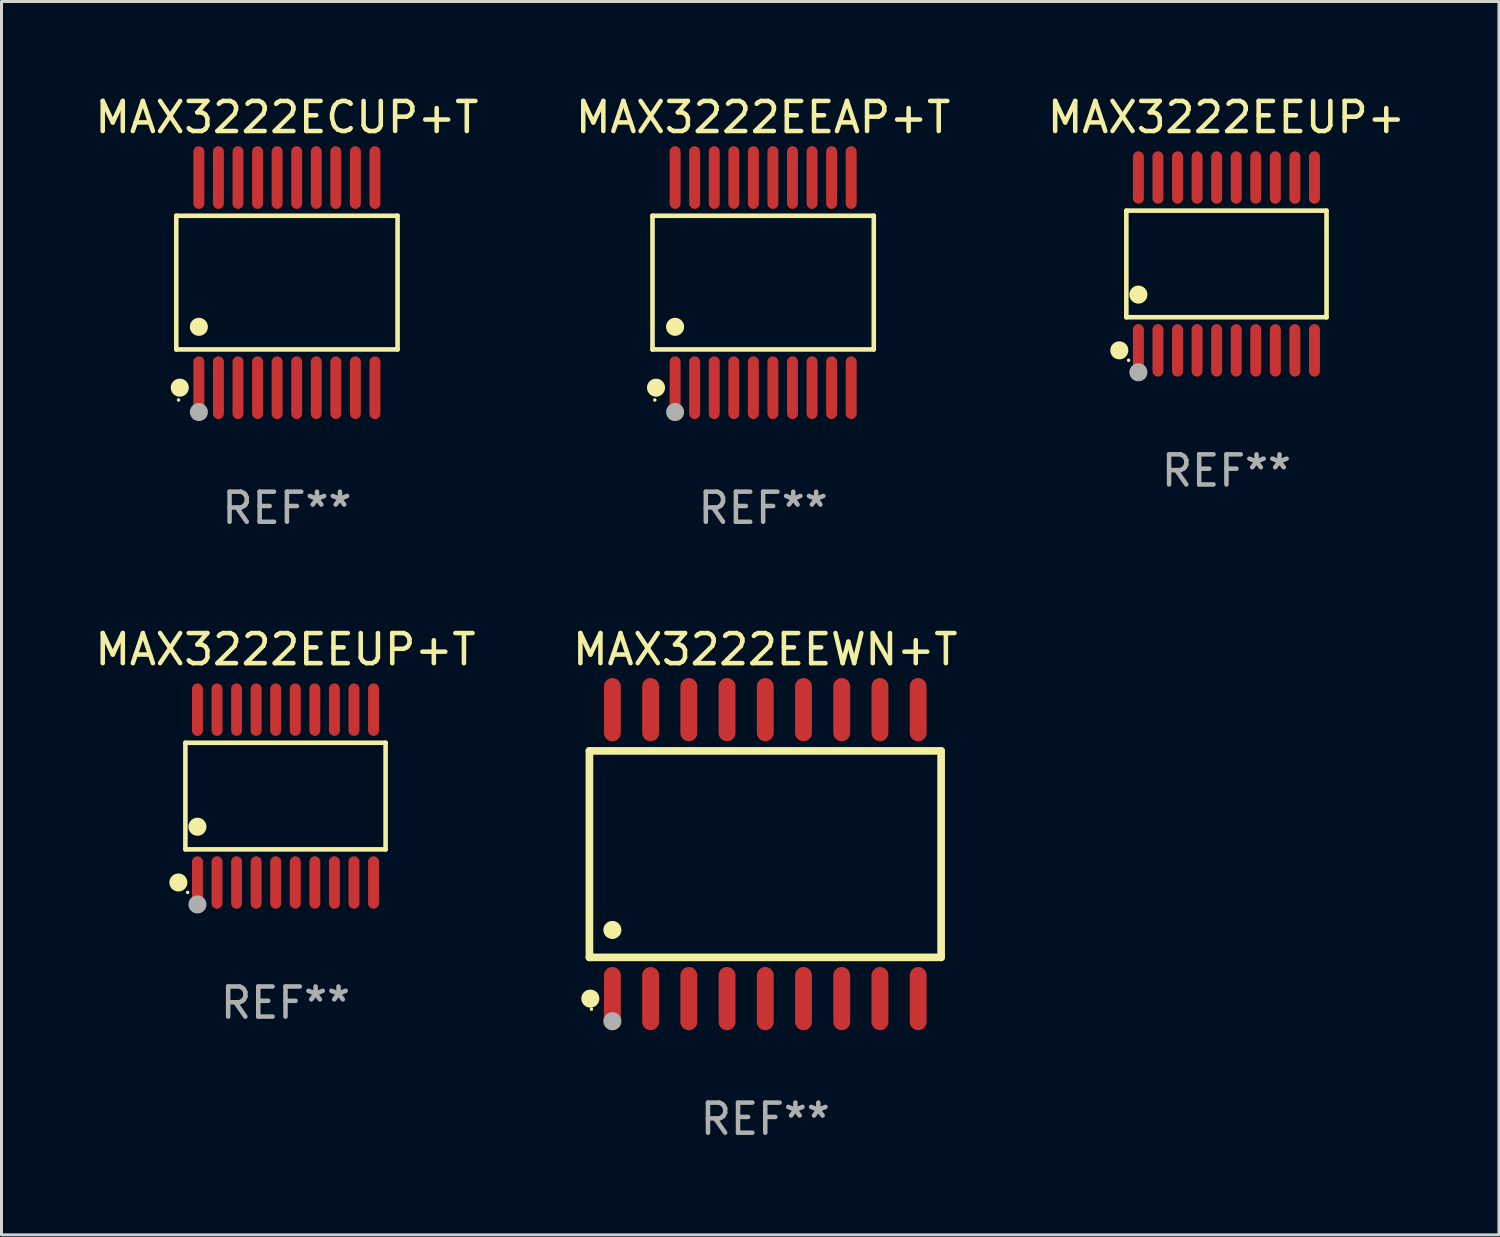
<source format=kicad_pcb>
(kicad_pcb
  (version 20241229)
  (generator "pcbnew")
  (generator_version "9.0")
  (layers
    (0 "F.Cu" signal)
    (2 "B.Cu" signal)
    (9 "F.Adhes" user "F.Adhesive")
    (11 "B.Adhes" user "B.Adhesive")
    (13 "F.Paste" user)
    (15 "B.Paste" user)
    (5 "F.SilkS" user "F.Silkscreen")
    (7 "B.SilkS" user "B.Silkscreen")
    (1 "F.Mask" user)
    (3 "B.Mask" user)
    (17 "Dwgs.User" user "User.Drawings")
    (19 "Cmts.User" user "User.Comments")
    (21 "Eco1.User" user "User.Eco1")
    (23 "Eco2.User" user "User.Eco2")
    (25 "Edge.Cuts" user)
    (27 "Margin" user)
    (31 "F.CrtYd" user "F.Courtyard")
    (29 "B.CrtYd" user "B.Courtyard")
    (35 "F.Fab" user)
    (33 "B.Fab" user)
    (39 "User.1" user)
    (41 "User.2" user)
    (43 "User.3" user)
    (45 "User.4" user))
  (footprint "MAX3222EEUP+"
    (layer "F.Cu")
    (at 37.696 5.719)
    (property "Reference" "MAX3222EEUP+" (at 0 -4.871 0) (layer "F.SilkS") (effects (font (size 1 1) (thickness 0.15))))
    (attr through_hole)
    (fp_line (start -3.326 -1.771) (end 3.326 -1.771) (stroke (width 0.152) (type solid)) (layer "F.SilkS"))
    (fp_line (start -3.326 1.771) (end -3.326 -1.771) (stroke (width 0.152) (type solid)) (layer "F.SilkS"))
    (fp_line (start 3.326 -1.771) (end 3.326 1.771) (stroke (width 0.152) (type solid)) (layer "F.SilkS"))
    (fp_line (start 3.326 1.771) (end -3.326 1.771) (stroke (width 0.152) (type solid)) (layer "F.SilkS"))
    (fp_circle (center -3.559 2.871) (end -3.409 2.871) (stroke (width 0.3) (type solid)) (fill no) (layer "F.SilkS"))
    (fp_circle (center -3.25 3.2) (end -3.22 3.2) (stroke (width 0.06) (type solid)) (fill no) (layer "F.SilkS"))
    (fp_circle (center -2.925 1.019) (end -2.775 1.019) (stroke (width 0.3) (type solid)) (fill no) (layer "F.SilkS"))
    (fp_circle (center -2.925 3.6) (end -2.775 3.6) (stroke (width 0.3) (type solid)) (fill no) (layer "F.Fab"))
    (fp_text user "REF**" (at 0 6.871 0) (layer "F.Fab") (effects (font (size 1 1) (thickness 0.15))))
    (pad "1" smd oval (at -2.925 2.871) (size 0.364 1.742) (layers "F.Cu" "F.Mask" "F.Paste"))
    (pad "2" smd oval (at -2.275 2.871) (size 0.364 1.742) (layers "F.Cu" "F.Mask" "F.Paste"))
    (pad "3" smd oval (at -1.625 2.871) (size 0.364 1.742) (layers "F.Cu" "F.Mask" "F.Paste"))
    (pad "4" smd oval (at -0.975 2.871) (size 0.364 1.742) (layers "F.Cu" "F.Mask" "F.Paste"))
    (pad "5" smd oval (at -0.325 2.871) (size 0.364 1.742) (layers "F.Cu" "F.Mask" "F.Paste"))
    (pad "6" smd oval (at 0.325 2.871) (size 0.364 1.742) (layers "F.Cu" "F.Mask" "F.Paste"))
    (pad "7" smd oval (at 0.975 2.871) (size 0.364 1.742) (layers "F.Cu" "F.Mask" "F.Paste"))
    (pad "8" smd oval (at 1.625 2.871) (size 0.364 1.742) (layers "F.Cu" "F.Mask" "F.Paste"))
    (pad "9" smd oval (at 2.275 2.871) (size 0.364 1.742) (layers "F.Cu" "F.Mask" "F.Paste"))
    (pad "10" smd oval (at 2.925 2.871) (size 0.364 1.742) (layers "F.Cu" "F.Mask" "F.Paste"))
    (pad "11" smd oval (at 2.925 -2.871) (size 0.364 1.742) (layers "F.Cu" "F.Mask" "F.Paste"))
    (pad "12" smd oval (at 2.275 -2.871) (size 0.364 1.742) (layers "F.Cu" "F.Mask" "F.Paste"))
    (pad "13" smd oval (at 1.625 -2.871) (size 0.364 1.742) (layers "F.Cu" "F.Mask" "F.Paste"))
    (pad "14" smd oval (at 0.975 -2.871) (size 0.364 1.742) (layers "F.Cu" "F.Mask" "F.Paste"))
    (pad "15" smd oval (at 0.325 -2.871) (size 0.364 1.742) (layers "F.Cu" "F.Mask" "F.Paste"))
    (pad "16" smd oval (at -0.325 -2.871) (size 0.364 1.742) (layers "F.Cu" "F.Mask" "F.Paste"))
    (pad "17" smd oval (at -0.975 -2.871) (size 0.364 1.742) (layers "F.Cu" "F.Mask" "F.Paste"))
    (pad "18" smd oval (at -1.625 -2.871) (size 0.364 1.742) (layers "F.Cu" "F.Mask" "F.Paste"))
    (pad "19" smd oval (at -2.275 -2.871) (size 0.364 1.742) (layers "F.Cu" "F.Mask" "F.Paste"))
    (pad "20" smd oval (at -2.925 -2.871) (size 0.364 1.742) (layers "F.Cu" "F.Mask" "F.Paste")))
  (footprint "MAX3222ECUP+T"
    (layer "F.Cu")
    (at 6.482 6.339)
    (property "Reference" "MAX3222ECUP+T" (at 0 -5.491 0) (layer "F.SilkS") (effects (font (size 1 1) (thickness 0.15))))
    (attr through_hole)
    (fp_line (start -3.676 -2.221) (end 3.676 -2.221) (stroke (width 0.152) (type solid)) (layer "F.SilkS"))
    (fp_line (start -3.676 2.221) (end -3.676 -2.221) (stroke (width 0.152) (type solid)) (layer "F.SilkS"))
    (fp_line (start 3.676 -2.221) (end 3.676 2.221) (stroke (width 0.152) (type solid)) (layer "F.SilkS"))
    (fp_line (start 3.676 2.221) (end -3.676 2.221) (stroke (width 0.152) (type solid)) (layer "F.SilkS"))
    (fp_circle (center -3.6 3.9) (end -3.57 3.9) (stroke (width 0.06) (type solid)) (fill no) (layer "F.SilkS"))
    (fp_circle (center -3.559 3.491) (end -3.409 3.491) (stroke (width 0.3) (type solid)) (fill no) (layer "F.SilkS"))
    (fp_circle (center -2.925 1.469) (end -2.775 1.469) (stroke (width 0.3) (type solid)) (fill no) (layer "F.SilkS"))
    (fp_circle (center -2.925 4.3) (end -2.775 4.3) (stroke (width 0.3) (type solid)) (fill no) (layer "F.Fab"))
    (fp_text user "REF**" (at 0 7.491 0) (layer "F.Fab") (effects (font (size 1 1) (thickness 0.15))))
    (pad "1" smd oval (at -2.925 3.491) (size 0.364 2.082) (layers "F.Cu" "F.Mask" "F.Paste"))
    (pad "2" smd oval (at -2.275 3.491) (size 0.364 2.082) (layers "F.Cu" "F.Mask" "F.Paste"))
    (pad "3" smd oval (at -1.625 3.491) (size 0.364 2.082) (layers "F.Cu" "F.Mask" "F.Paste"))
    (pad "4" smd oval (at -0.975 3.491) (size 0.364 2.082) (layers "F.Cu" "F.Mask" "F.Paste"))
    (pad "5" smd oval (at -0.325 3.491) (size 0.364 2.082) (layers "F.Cu" "F.Mask" "F.Paste"))
    (pad "6" smd oval (at 0.325 3.491) (size 0.364 2.082) (layers "F.Cu" "F.Mask" "F.Paste"))
    (pad "7" smd oval (at 0.975 3.491) (size 0.364 2.082) (layers "F.Cu" "F.Mask" "F.Paste"))
    (pad "8" smd oval (at 1.625 3.491) (size 0.364 2.082) (layers "F.Cu" "F.Mask" "F.Paste"))
    (pad "9" smd oval (at 2.275 3.491) (size 0.364 2.082) (layers "F.Cu" "F.Mask" "F.Paste"))
    (pad "10" smd oval (at 2.925 3.491) (size 0.364 2.082) (layers "F.Cu" "F.Mask" "F.Paste"))
    (pad "11" smd oval (at 2.925 -3.491) (size 0.364 2.082) (layers "F.Cu" "F.Mask" "F.Paste"))
    (pad "12" smd oval (at 2.275 -3.491) (size 0.364 2.082) (layers "F.Cu" "F.Mask" "F.Paste"))
    (pad "13" smd oval (at 1.625 -3.491) (size 0.364 2.082) (layers "F.Cu" "F.Mask" "F.Paste"))
    (pad "14" smd oval (at 0.975 -3.491) (size 0.364 2.082) (layers "F.Cu" "F.Mask" "F.Paste"))
    (pad "15" smd oval (at 0.325 -3.491) (size 0.364 2.082) (layers "F.Cu" "F.Mask" "F.Paste"))
    (pad "16" smd oval (at -0.325 -3.491) (size 0.364 2.082) (layers "F.Cu" "F.Mask" "F.Paste"))
    (pad "17" smd oval (at -0.975 -3.491) (size 0.364 2.082) (layers "F.Cu" "F.Mask" "F.Paste"))
    (pad "18" smd oval (at -1.625 -3.491) (size 0.364 2.082) (layers "F.Cu" "F.Mask" "F.Paste"))
    (pad "19" smd oval (at -2.275 -3.491) (size 0.364 2.082) (layers "F.Cu" "F.Mask" "F.Paste"))
    (pad "20" smd oval (at -2.925 -3.491) (size 0.364 2.082) (layers "F.Cu" "F.Mask" "F.Paste")))
  (footprint "MAX3222EEUP+T"
    (layer "F.Cu")
    (at 6.435 23.398)
    (property "Reference" "MAX3222EEUP+T" (at 0 -4.871 0) (layer "F.SilkS") (effects (font (size 1 1) (thickness 0.15))))
    (attr through_hole)
    (fp_line (start -3.326 -1.771) (end 3.326 -1.771) (stroke (width 0.152) (type solid)) (layer "F.SilkS"))
    (fp_line (start -3.326 1.771) (end -3.326 -1.771) (stroke (width 0.152) (type solid)) (layer "F.SilkS"))
    (fp_line (start 3.326 -1.771) (end 3.326 1.771) (stroke (width 0.152) (type solid)) (layer "F.SilkS"))
    (fp_line (start 3.326 1.771) (end -3.326 1.771) (stroke (width 0.152) (type solid)) (layer "F.SilkS"))
    (fp_circle (center -3.559 2.871) (end -3.409 2.871) (stroke (width 0.3) (type solid)) (fill no) (layer "F.SilkS"))
    (fp_circle (center -3.25 3.2) (end -3.22 3.2) (stroke (width 0.06) (type solid)) (fill no) (layer "F.SilkS"))
    (fp_circle (center -2.925 1.019) (end -2.775 1.019) (stroke (width 0.3) (type solid)) (fill no) (layer "F.SilkS"))
    (fp_circle (center -2.925 3.6) (end -2.775 3.6) (stroke (width 0.3) (type solid)) (fill no) (layer "F.Fab"))
    (fp_text user "REF**" (at 0 6.871 0) (layer "F.Fab") (effects (font (size 1 1) (thickness 0.15))))
    (pad "1" smd oval (at -2.925 2.871) (size 0.364 1.742) (layers "F.Cu" "F.Mask" "F.Paste"))
    (pad "2" smd oval (at -2.275 2.871) (size 0.364 1.742) (layers "F.Cu" "F.Mask" "F.Paste"))
    (pad "3" smd oval (at -1.625 2.871) (size 0.364 1.742) (layers "F.Cu" "F.Mask" "F.Paste"))
    (pad "4" smd oval (at -0.975 2.871) (size 0.364 1.742) (layers "F.Cu" "F.Mask" "F.Paste"))
    (pad "5" smd oval (at -0.325 2.871) (size 0.364 1.742) (layers "F.Cu" "F.Mask" "F.Paste"))
    (pad "6" smd oval (at 0.325 2.871) (size 0.364 1.742) (layers "F.Cu" "F.Mask" "F.Paste"))
    (pad "7" smd oval (at 0.975 2.871) (size 0.364 1.742) (layers "F.Cu" "F.Mask" "F.Paste"))
    (pad "8" smd oval (at 1.625 2.871) (size 0.364 1.742) (layers "F.Cu" "F.Mask" "F.Paste"))
    (pad "9" smd oval (at 2.275 2.871) (size 0.364 1.742) (layers "F.Cu" "F.Mask" "F.Paste"))
    (pad "10" smd oval (at 2.925 2.871) (size 0.364 1.742) (layers "F.Cu" "F.Mask" "F.Paste"))
    (pad "11" smd oval (at 2.925 -2.871) (size 0.364 1.742) (layers "F.Cu" "F.Mask" "F.Paste"))
    (pad "12" smd oval (at 2.275 -2.871) (size 0.364 1.742) (layers "F.Cu" "F.Mask" "F.Paste"))
    (pad "13" smd oval (at 1.625 -2.871) (size 0.364 1.742) (layers "F.Cu" "F.Mask" "F.Paste"))
    (pad "14" smd oval (at 0.975 -2.871) (size 0.364 1.742) (layers "F.Cu" "F.Mask" "F.Paste"))
    (pad "15" smd oval (at 0.325 -2.871) (size 0.364 1.742) (layers "F.Cu" "F.Mask" "F.Paste"))
    (pad "16" smd oval (at -0.325 -2.871) (size 0.364 1.742) (layers "F.Cu" "F.Mask" "F.Paste"))
    (pad "17" smd oval (at -0.975 -2.871) (size 0.364 1.742) (layers "F.Cu" "F.Mask" "F.Paste"))
    (pad "18" smd oval (at -1.625 -2.871) (size 0.364 1.742) (layers "F.Cu" "F.Mask" "F.Paste"))
    (pad "19" smd oval (at -2.275 -2.871) (size 0.364 1.742) (layers "F.Cu" "F.Mask" "F.Paste"))
    (pad "20" smd oval (at -2.925 -2.871) (size 0.364 1.742) (layers "F.Cu" "F.Mask" "F.Paste")))
  (footprint "MAX3222EEWN+T"
    (layer "F.Cu")
    (at 22.375 25.327)
    (property "Reference" "MAX3222EEWN+T" (at 0 -6.8 0) (layer "F.SilkS") (effects (font (size 1 1) (thickness 0.15))))
    (attr through_hole)
    (fp_line (start -5.842 -3.429) (end -5.842 3.429) (stroke (width 0.254) (type solid)) (layer "F.SilkS"))
    (fp_line (start -5.842 3.429) (end 5.842 3.429) (stroke (width 0.254) (type solid)) (layer "F.SilkS"))
    (fp_line (start 5.842 -3.429) (end -5.842 -3.429) (stroke (width 0.254) (type solid)) (layer "F.SilkS"))
    (fp_line (start 5.842 3.429) (end 5.842 -3.429) (stroke (width 0.254) (type solid)) (layer "F.SilkS"))
    (fp_circle (center -5.812 4.8) (end -5.662 4.8) (stroke (width 0.3) (type solid)) (fill no) (layer "F.SilkS"))
    (fp_circle (center -5.775 5.15) (end -5.745 5.15) (stroke (width 0.06) (type solid)) (fill no) (layer "F.SilkS"))
    (fp_circle (center -5.08 2.519) (end -4.93 2.519) (stroke (width 0.3) (type solid)) (fill no) (layer "F.SilkS"))
    (fp_circle (center -5.08 5.55) (end -4.93 5.55) (stroke (width 0.3) (type solid)) (fill no) (layer "F.Fab"))
    (fp_text user "REF**" (at 0 8.8 0) (layer "F.Fab") (effects (font (size 1 1) (thickness 0.15))))
    (pad "1" smd oval (at -5.08 4.8) (size 0.56 2.1) (layers "F.Cu" "F.Mask" "F.Paste"))
    (pad "2" smd oval (at -3.81 4.8) (size 0.56 2.1) (layers "F.Cu" "F.Mask" "F.Paste"))
    (pad "3" smd oval (at -2.54 4.8) (size 0.56 2.1) (layers "F.Cu" "F.Mask" "F.Paste"))
    (pad "4" smd oval (at -1.27 4.8) (size 0.56 2.1) (layers "F.Cu" "F.Mask" "F.Paste"))
    (pad "5" smd oval (at 0 4.8) (size 0.56 2.1) (layers "F.Cu" "F.Mask" "F.Paste"))
    (pad "6" smd oval (at 1.27 4.8) (size 0.56 2.1) (layers "F.Cu" "F.Mask" "F.Paste"))
    (pad "7" smd oval (at 2.54 4.8) (size 0.56 2.1) (layers "F.Cu" "F.Mask" "F.Paste"))
    (pad "8" smd oval (at 3.81 4.8) (size 0.56 2.1) (layers "F.Cu" "F.Mask" "F.Paste"))
    (pad "9" smd oval (at 5.08 4.8) (size 0.56 2.1) (layers "F.Cu" "F.Mask" "F.Paste"))
    (pad "10" smd oval (at 5.08 -4.8) (size 0.56 2.1) (layers "F.Cu" "F.Mask" "F.Paste"))
    (pad "11" smd oval (at 3.81 -4.8) (size 0.56 2.1) (layers "F.Cu" "F.Mask" "F.Paste"))
    (pad "12" smd oval (at 2.54 -4.8) (size 0.56 2.1) (layers "F.Cu" "F.Mask" "F.Paste"))
    (pad "13" smd oval (at 1.27 -4.8) (size 0.56 2.1) (layers "F.Cu" "F.Mask" "F.Paste"))
    (pad "14" smd oval (at 0 -4.8) (size 0.56 2.1) (layers "F.Cu" "F.Mask" "F.Paste"))
    (pad "15" smd oval (at -1.27 -4.8) (size 0.56 2.1) (layers "F.Cu" "F.Mask" "F.Paste"))
    (pad "16" smd oval (at -2.54 -4.8) (size 0.56 2.1) (layers "F.Cu" "F.Mask" "F.Paste"))
    (pad "17" smd oval (at -3.81 -4.8) (size 0.56 2.1) (layers "F.Cu" "F.Mask" "F.Paste"))
    (pad "18" smd oval (at -5.08 -4.8) (size 0.56 2.1) (layers "F.Cu" "F.Mask" "F.Paste")))
  (footprint "MAX3222EEAP+T"
    (layer "F.Cu")
    (at 22.304 6.339)
    (property "Reference" "MAX3222EEAP+T" (at 0 -5.491 0) (layer "F.SilkS") (effects (font (size 1 1) (thickness 0.15))))
    (attr through_hole)
    (fp_line (start -3.676 -2.221) (end 3.676 -2.221) (stroke (width 0.152) (type solid)) (layer "F.SilkS"))
    (fp_line (start -3.676 2.221) (end -3.676 -2.221) (stroke (width 0.152) (type solid)) (layer "F.SilkS"))
    (fp_line (start 3.676 -2.221) (end 3.676 2.221) (stroke (width 0.152) (type solid)) (layer "F.SilkS"))
    (fp_line (start 3.676 2.221) (end -3.676 2.221) (stroke (width 0.152) (type solid)) (layer "F.SilkS"))
    (fp_circle (center -3.6 3.9) (end -3.57 3.9) (stroke (width 0.06) (type solid)) (fill no) (layer "F.SilkS"))
    (fp_circle (center -3.559 3.491) (end -3.409 3.491) (stroke (width 0.3) (type solid)) (fill no) (layer "F.SilkS"))
    (fp_circle (center -2.925 1.469) (end -2.775 1.469) (stroke (width 0.3) (type solid)) (fill no) (layer "F.SilkS"))
    (fp_circle (center -2.925 4.3) (end -2.775 4.3) (stroke (width 0.3) (type solid)) (fill no) (layer "F.Fab"))
    (fp_text user "REF**" (at 0 7.491 0) (layer "F.Fab") (effects (font (size 1 1) (thickness 0.15))))
    (pad "1" smd oval (at -2.925 3.491) (size 0.364 2.082) (layers "F.Cu" "F.Mask" "F.Paste"))
    (pad "2" smd oval (at -2.275 3.491) (size 0.364 2.082) (layers "F.Cu" "F.Mask" "F.Paste"))
    (pad "3" smd oval (at -1.625 3.491) (size 0.364 2.082) (layers "F.Cu" "F.Mask" "F.Paste"))
    (pad "4" smd oval (at -0.975 3.491) (size 0.364 2.082) (layers "F.Cu" "F.Mask" "F.Paste"))
    (pad "5" smd oval (at -0.325 3.491) (size 0.364 2.082) (layers "F.Cu" "F.Mask" "F.Paste"))
    (pad "6" smd oval (at 0.325 3.491) (size 0.364 2.082) (layers "F.Cu" "F.Mask" "F.Paste"))
    (pad "7" smd oval (at 0.975 3.491) (size 0.364 2.082) (layers "F.Cu" "F.Mask" "F.Paste"))
    (pad "8" smd oval (at 1.625 3.491) (size 0.364 2.082) (layers "F.Cu" "F.Mask" "F.Paste"))
    (pad "9" smd oval (at 2.275 3.491) (size 0.364 2.082) (layers "F.Cu" "F.Mask" "F.Paste"))
    (pad "10" smd oval (at 2.925 3.491) (size 0.364 2.082) (layers "F.Cu" "F.Mask" "F.Paste"))
    (pad "11" smd oval (at 2.925 -3.491) (size 0.364 2.082) (layers "F.Cu" "F.Mask" "F.Paste"))
    (pad "12" smd oval (at 2.275 -3.491) (size 0.364 2.082) (layers "F.Cu" "F.Mask" "F.Paste"))
    (pad "13" smd oval (at 1.625 -3.491) (size 0.364 2.082) (layers "F.Cu" "F.Mask" "F.Paste"))
    (pad "14" smd oval (at 0.975 -3.491) (size 0.364 2.082) (layers "F.Cu" "F.Mask" "F.Paste"))
    (pad "15" smd oval (at 0.325 -3.491) (size 0.364 2.082) (layers "F.Cu" "F.Mask" "F.Paste"))
    (pad "16" smd oval (at -0.325 -3.491) (size 0.364 2.082) (layers "F.Cu" "F.Mask" "F.Paste"))
    (pad "17" smd oval (at -0.975 -3.491) (size 0.364 2.082) (layers "F.Cu" "F.Mask" "F.Paste"))
    (pad "18" smd oval (at -1.625 -3.491) (size 0.364 2.082) (layers "F.Cu" "F.Mask" "F.Paste"))
    (pad "19" smd oval (at -2.275 -3.491) (size 0.364 2.082) (layers "F.Cu" "F.Mask" "F.Paste"))
    (pad "20" smd oval (at -2.925 -3.491) (size 0.364 2.082) (layers "F.Cu" "F.Mask" "F.Paste")))
  (gr_rect
    (start -3 -3)
    (end 46.75 37.975)
    (stroke (width 0.1) (type default))
    (fill no)
    (layer "Edge.Cuts")))
</source>
